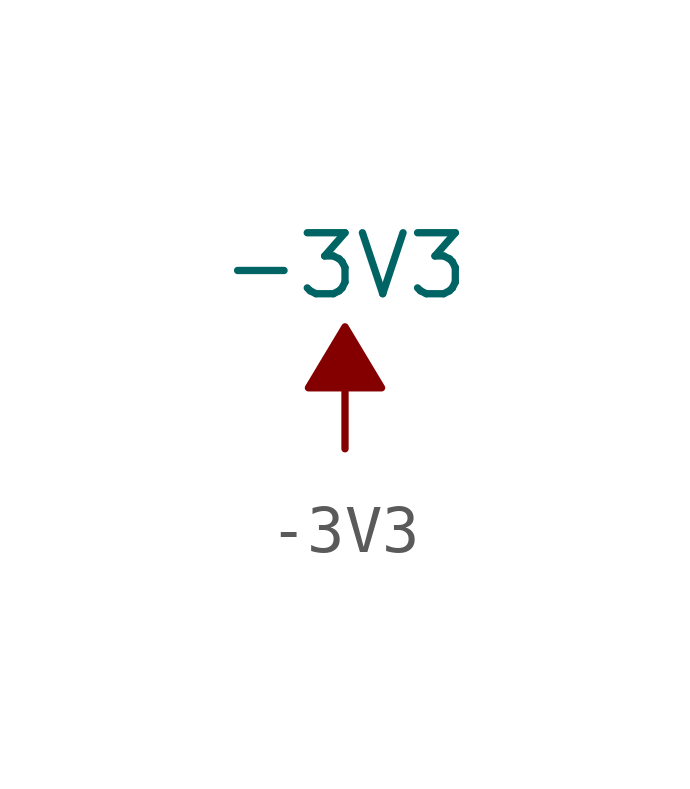
<source format=kicad_sym>
(kicad_symbol_lib
  (version 20211014)
  (generator kicad_symbol_editor)
  (symbol "power1:-3V3"
    (power)
    (pin_names
      (offset 0))
    (property "Reference" "#PWR"
      (at 0 2.54 0)
      (effects (font (size 1.27 1.27)) hide))
    (property "Value" "-3V3"
      (at 0 3.81 0)
      (effects (font (size 1.27 1.27))))
    (symbol "-3V3_0_0"
      (pin power_in line (at 0 0 90) (length 0) hide (name "-3V3" (effects (font (size 1.27 1.27)))) (number "1" (effects (font (size 1.27 1.27))))))
    (symbol "-3V3_0_1"
      (polyline (pts (xy 0 0) (xy 0 1.27) (xy 0.762 1.27) (xy 0 2.54) (xy -0.762 1.27) (xy 0 1.27)) (stroke (width 0) (type default) (color 0 0 0 0)) (fill (type outline))))))
</source>
